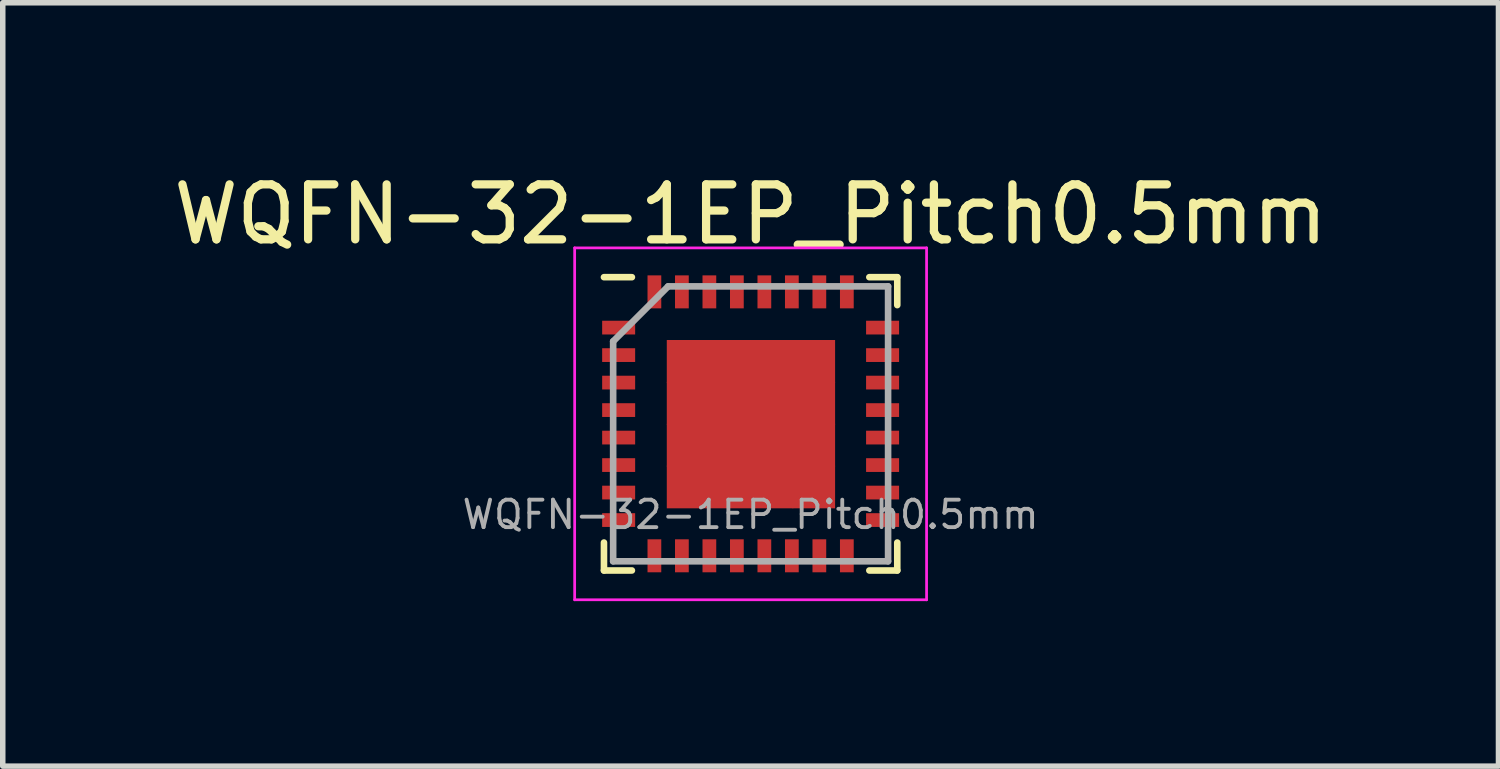
<source format=kicad_pcb>
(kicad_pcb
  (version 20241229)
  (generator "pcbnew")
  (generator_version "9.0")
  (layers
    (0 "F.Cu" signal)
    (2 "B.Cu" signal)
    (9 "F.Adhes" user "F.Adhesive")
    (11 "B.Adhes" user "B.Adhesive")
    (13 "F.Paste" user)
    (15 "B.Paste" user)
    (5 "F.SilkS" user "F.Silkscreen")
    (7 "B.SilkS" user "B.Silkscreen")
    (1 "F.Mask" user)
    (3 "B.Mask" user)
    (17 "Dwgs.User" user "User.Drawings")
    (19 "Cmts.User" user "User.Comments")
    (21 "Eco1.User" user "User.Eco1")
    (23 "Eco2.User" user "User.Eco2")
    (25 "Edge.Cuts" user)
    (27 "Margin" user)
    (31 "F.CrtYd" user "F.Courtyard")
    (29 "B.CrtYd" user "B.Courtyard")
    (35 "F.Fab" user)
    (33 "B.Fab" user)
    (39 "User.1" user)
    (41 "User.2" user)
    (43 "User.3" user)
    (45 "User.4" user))
  (footprint "WQFN-32-1EP_Pitch0.5mm"
    (layer "F.Cu")
    (at 10.601 4.658)
    (property "Reference" "WQFN-32-1EP_Pitch0.5mm" (at 0 -3.81 0) (layer "F.SilkS") (effects (font (size 1 1) (thickness 0.15))))
    (attr smd)
    (fp_line (start -2.667 2.667) (end -2.667 2.159) (stroke (width 0.12) (type solid)) (layer "F.SilkS"))
    (fp_line (start -2.159 -2.667) (end -2.667 -2.667) (stroke (width 0.12) (type solid)) (layer "F.SilkS"))
    (fp_line (start -2.159 2.667) (end -2.667 2.667) (stroke (width 0.12) (type solid)) (layer "F.SilkS"))
    (fp_line (start 2.159 -2.667) (end 2.667 -2.667) (stroke (width 0.12) (type solid)) (layer "F.SilkS"))
    (fp_line (start 2.667 -2.667) (end 2.667 -2.159) (stroke (width 0.12) (type solid)) (layer "F.SilkS"))
    (fp_line (start 2.667 2.159) (end 2.667 2.667) (stroke (width 0.12) (type solid)) (layer "F.SilkS"))
    (fp_line (start 2.667 2.667) (end 2.159 2.667) (stroke (width 0.12) (type solid)) (layer "F.SilkS"))
    (fp_line (start -3.2 -3.2) (end 3.2 -3.2) (stroke (width 0.05) (type solid)) (layer "F.CrtYd"))
    (fp_line (start -3.2 3.2) (end -3.2 -3.2) (stroke (width 0.05) (type solid)) (layer "F.CrtYd"))
    (fp_line (start 3.2 -3.2) (end 3.2 3.2) (stroke (width 0.05) (type solid)) (layer "F.CrtYd"))
    (fp_line (start 3.2 3.2) (end -3.2 3.2) (stroke (width 0.05) (type solid)) (layer "F.CrtYd"))
    (fp_line (start -2.5 -1.5) (end -2.5 2.5) (stroke (width 0.12) (type solid)) (layer "F.Fab"))
    (fp_line (start -1.5 -2.5) (end -2.5 -1.5) (stroke (width 0.12) (type solid)) (layer "F.Fab"))
    (fp_line (start 2.5 -2.5) (end -1.5 -2.5) (stroke (width 0.12) (type solid)) (layer "F.Fab"))
    (fp_line (start 2.5 -2.5) (end 2.5 2.5) (stroke (width 0.12) (type solid)) (layer "F.Fab"))
    (fp_line (start 2.5 2.5) (end -2.5 2.5) (stroke (width 0.12) (type solid)) (layer "F.Fab"))
    (fp_text user "${REFERENCE}" (at 0 1.651 0) (layer "F.Fab") (effects (font (size 0.5 0.5) (thickness 0.07))))
    (pad "1" smd rect (at -2.4 -1.75 90) (size 0.25 0.6) (layers "F.Cu" "F.Mask" "F.Paste"))
    (pad "2" smd rect (at -2.4 -1.25 90) (size 0.25 0.6) (layers "F.Cu" "F.Mask" "F.Paste"))
    (pad "3" smd rect (at -2.4 -0.75 90) (size 0.25 0.6) (layers "F.Cu" "F.Mask" "F.Paste"))
    (pad "4" smd rect (at -2.4 -0.25 90) (size 0.25 0.6) (layers "F.Cu" "F.Mask" "F.Paste"))
    (pad "5" smd rect (at -2.4 0.25 90) (size 0.25 0.6) (layers "F.Cu" "F.Mask" "F.Paste"))
    (pad "6" smd rect (at -2.4 0.75 90) (size 0.25 0.6) (layers "F.Cu" "F.Mask" "F.Paste"))
    (pad "7" smd rect (at -2.4 1.25 90) (size 0.25 0.6) (layers "F.Cu" "F.Mask" "F.Paste"))
    (pad "8" smd rect (at -2.4 1.75 90) (size 0.25 0.6) (layers "F.Cu" "F.Mask" "F.Paste"))
    (pad "9" smd rect (at -1.75 2.4) (size 0.25 0.6) (layers "F.Cu" "F.Mask" "F.Paste"))
    (pad "10" smd rect (at -1.25 2.4) (size 0.25 0.6) (layers "F.Cu" "F.Mask" "F.Paste"))
    (pad "11" smd rect (at -0.75 2.4) (size 0.25 0.6) (layers "F.Cu" "F.Mask" "F.Paste"))
    (pad "12" smd rect (at -0.25 2.4) (size 0.25 0.6) (layers "F.Cu" "F.Mask" "F.Paste"))
    (pad "13" smd rect (at 0.25 2.4) (size 0.25 0.6) (layers "F.Cu" "F.Mask" "F.Paste"))
    (pad "14" smd rect (at 0.75 2.4) (size 0.25 0.6) (layers "F.Cu" "F.Mask" "F.Paste"))
    (pad "15" smd rect (at 1.25 2.4) (size 0.25 0.6) (layers "F.Cu" "F.Mask" "F.Paste"))
    (pad "16" smd rect (at 1.75 2.4) (size 0.25 0.6) (layers "F.Cu" "F.Mask" "F.Paste"))
    (pad "17" smd rect (at 2.4 1.75 90) (size 0.25 0.6) (layers "F.Cu" "F.Mask" "F.Paste"))
    (pad "18" smd rect (at 2.4 1.25 90) (size 0.25 0.6) (layers "F.Cu" "F.Mask" "F.Paste"))
    (pad "19" smd rect (at 2.4 0.75 90) (size 0.25 0.6) (layers "F.Cu" "F.Mask" "F.Paste"))
    (pad "20" smd rect (at 2.4 0.25 90) (size 0.25 0.6) (layers "F.Cu" "F.Mask" "F.Paste"))
    (pad "21" smd rect (at 2.4 -0.25 90) (size 0.25 0.6) (layers "F.Cu" "F.Mask" "F.Paste"))
    (pad "22" smd rect (at 2.4 -0.75 90) (size 0.25 0.6) (layers "F.Cu" "F.Mask" "F.Paste"))
    (pad "23" smd rect (at 2.4 -1.25 90) (size 0.25 0.6) (layers "F.Cu" "F.Mask" "F.Paste"))
    (pad "24" smd rect (at 2.4 -1.75 90) (size 0.25 0.6) (layers "F.Cu" "F.Mask" "F.Paste"))
    (pad "25" smd rect (at 1.75 -2.4) (size 0.25 0.6) (layers "F.Cu" "F.Mask" "F.Paste"))
    (pad "26" smd rect (at 1.25 -2.4) (size 0.25 0.6) (layers "F.Cu" "F.Mask" "F.Paste"))
    (pad "27" smd rect (at 0.75 -2.4) (size 0.25 0.6) (layers "F.Cu" "F.Mask" "F.Paste"))
    (pad "28" smd rect (at 0.25 -2.4) (size 0.25 0.6) (layers "F.Cu" "F.Mask" "F.Paste"))
    (pad "29" smd rect (at -0.25 -2.4) (size 0.25 0.6) (layers "F.Cu" "F.Mask" "F.Paste"))
    (pad "30" smd rect (at -0.75 -2.4) (size 0.25 0.6) (layers "F.Cu" "F.Mask" "F.Paste"))
    (pad "31" smd rect (at -1.25 -2.4) (size 0.25 0.6) (layers "F.Cu" "F.Mask" "F.Paste"))
    (pad "32" smd rect (at -1.75 -2.4) (size 0.25 0.6) (layers "F.Cu" "F.Mask" "F.Paste"))
    (pad "33" smd rect (at -1.137 -1.137) (size 0.775 0.775) (layers "F.Cu" "F.Mask" "F.Paste"))
    (pad "33" smd rect (at -1.137 -0.374) (size 0.775 0.775) (layers "F.Cu" "F.Mask" "F.Paste"))
    (pad "33" smd rect (at -1.137 0.388) (size 0.775 0.775) (layers "F.Cu" "F.Mask" "F.Paste"))
    (pad "33" smd rect (at -1.137 1.149) (size 0.775 0.775) (layers "F.Cu" "F.Mask" "F.Paste"))
    (pad "33" smd rect (at -0.374 -1.137) (size 0.775 0.775) (layers "F.Cu" "F.Mask" "F.Paste"))
    (pad "33" smd rect (at -0.374 -0.374) (size 0.775 0.775) (layers "F.Cu" "F.Mask" "F.Paste"))
    (pad "33" smd rect (at -0.374 0.388) (size 0.775 0.775) (layers "F.Cu" "F.Mask" "F.Paste"))
    (pad "33" smd rect (at -0.374 1.149) (size 0.775 0.775) (layers "F.Cu" "F.Mask" "F.Paste"))
    (pad "33" smd rect (at 0.388 -1.137) (size 0.775 0.775) (layers "F.Cu" "F.Mask" "F.Paste"))
    (pad "33" smd rect (at 0.388 -0.374) (size 0.775 0.775) (layers "F.Cu" "F.Mask" "F.Paste"))
    (pad "33" smd rect (at 0.388 0.388) (size 0.775 0.775) (layers "F.Cu" "F.Mask" "F.Paste"))
    (pad "33" smd rect (at 0.388 1.149) (size 0.775 0.775) (layers "F.Cu" "F.Mask" "F.Paste"))
    (pad "33" smd rect (at 1.149 -1.137) (size 0.775 0.775) (layers "F.Cu" "F.Mask" "F.Paste"))
    (pad "33" smd rect (at 1.149 -0.374) (size 0.775 0.775) (layers "F.Cu" "F.Mask" "F.Paste"))
    (pad "33" smd rect (at 1.149 0.388) (size 0.775 0.775) (layers "F.Cu" "F.Mask" "F.Paste"))
    (pad "33" smd rect (at 1.149 1.149) (size 0.775 0.775) (layers "F.Cu" "F.Mask" "F.Paste")))
  (gr_rect
    (start -3 -3)
    (end 24.202 10.883)
    (stroke (width 0.1) (type default))
    (fill no)
    (layer "Edge.Cuts")))
</source>
